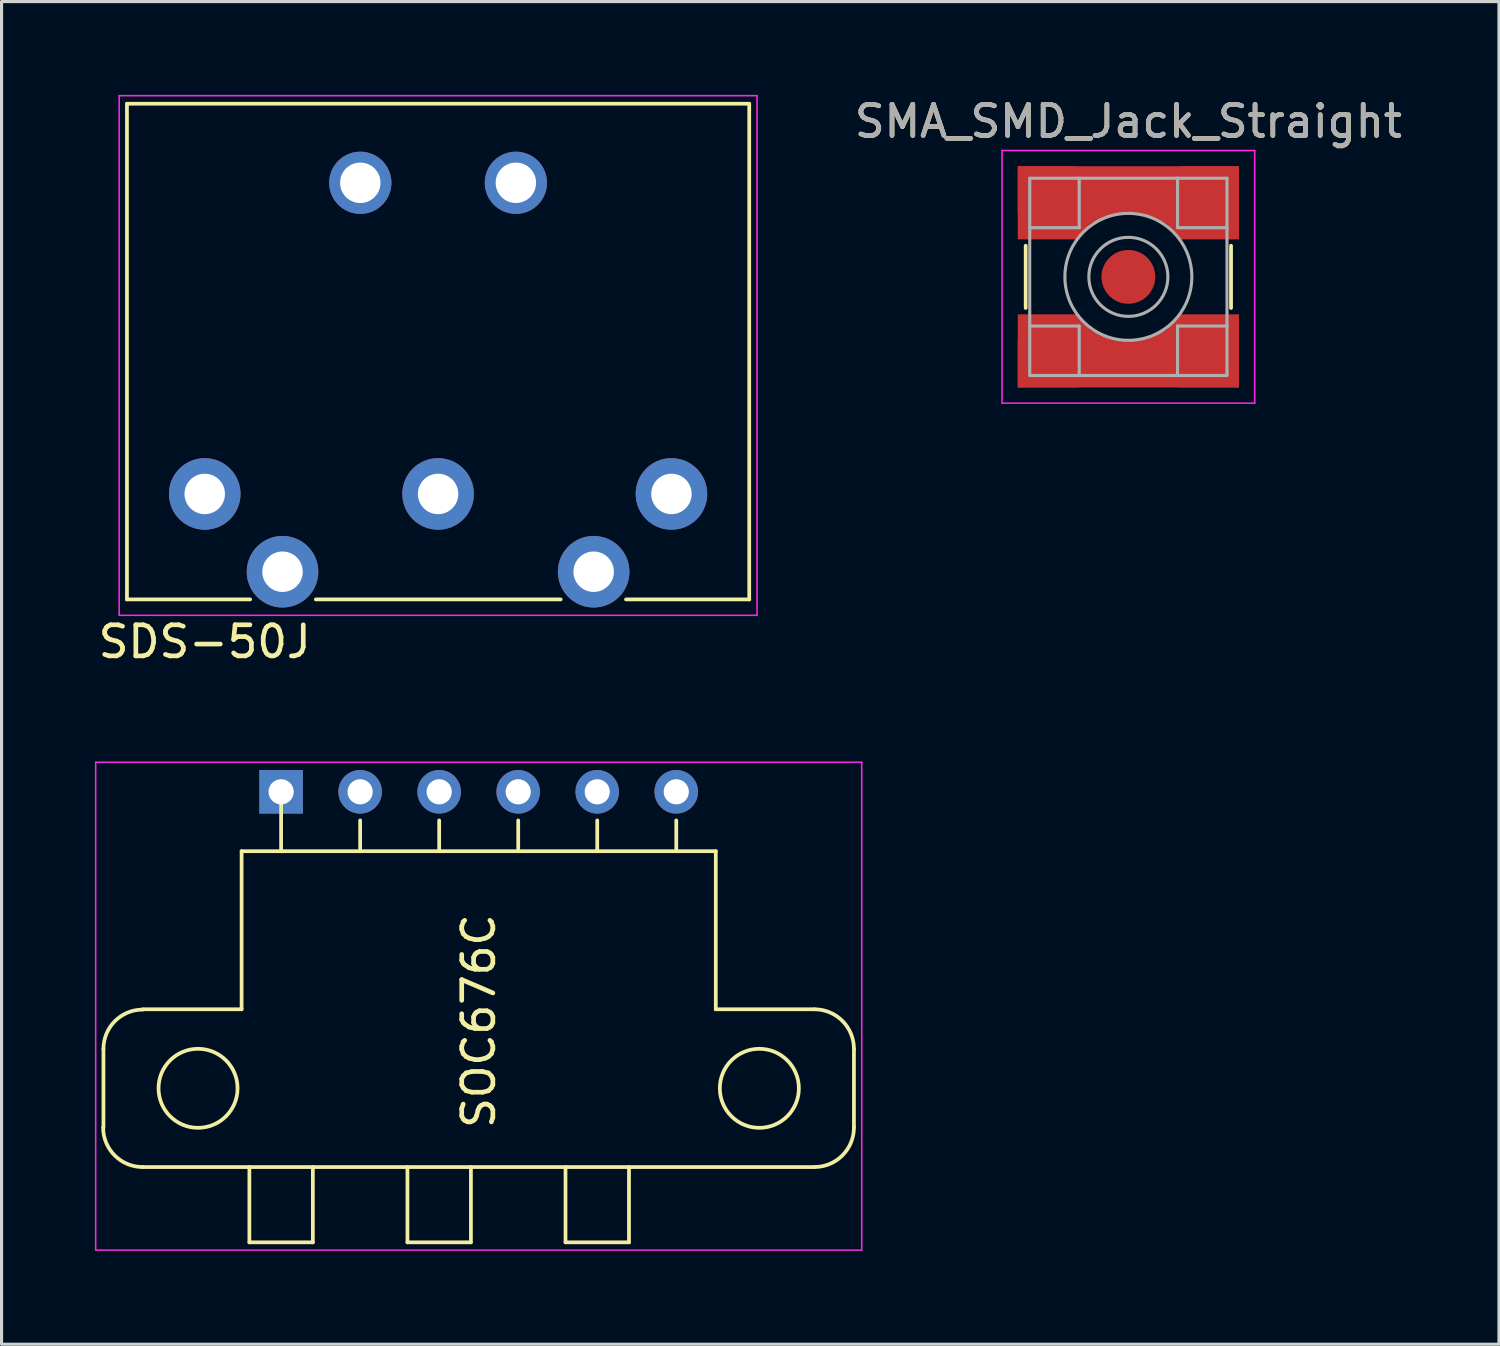
<source format=kicad_pcb>
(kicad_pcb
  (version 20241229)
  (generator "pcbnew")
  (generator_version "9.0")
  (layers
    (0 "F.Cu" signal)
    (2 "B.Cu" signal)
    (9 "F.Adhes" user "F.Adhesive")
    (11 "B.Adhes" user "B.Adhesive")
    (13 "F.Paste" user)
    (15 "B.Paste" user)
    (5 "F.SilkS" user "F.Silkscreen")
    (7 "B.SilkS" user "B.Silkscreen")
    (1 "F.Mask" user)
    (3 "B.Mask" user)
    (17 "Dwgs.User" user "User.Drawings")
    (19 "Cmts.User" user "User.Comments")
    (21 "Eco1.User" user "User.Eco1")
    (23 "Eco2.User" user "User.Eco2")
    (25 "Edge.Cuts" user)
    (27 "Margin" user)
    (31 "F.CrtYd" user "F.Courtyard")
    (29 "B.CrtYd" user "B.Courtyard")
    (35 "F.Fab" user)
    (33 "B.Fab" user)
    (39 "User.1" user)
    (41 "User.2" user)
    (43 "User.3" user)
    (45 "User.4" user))
  (footprint "SDS-50J"
    (layer "F.Cu")
    (at 3.53 12.825)
    (property "Reference" "SDS-50J" (at 0 4.75 0) (layer "F.SilkS") (effects (font (size 1 1) (thickness 0.15))))
    (attr through_hole)
    (fp_line (start -2.5 3.39) (end -2.5 -12.54) (stroke (width 0.12) (type solid)) (layer "F.SilkS"))
    (fp_line (start 1.46 3.39) (end -2.5 3.39) (stroke (width 0.12) (type solid)) (layer "F.SilkS"))
    (fp_line (start 11.44 3.39) (end 3.57 3.39) (stroke (width 0.12) (type solid)) (layer "F.SilkS"))
    (fp_line (start 17.5 -12.54) (end -2.5 -12.54) (stroke (width 0.12) (type solid)) (layer "F.SilkS"))
    (fp_line (start 17.5 3.39) (end 13.54 3.39) (stroke (width 0.12) (type solid)) (layer "F.SilkS"))
    (fp_line (start 17.5 3.39) (end 17.5 -12.54) (stroke (width 0.12) (type solid)) (layer "F.SilkS"))
    (fp_line (start -2.75 -12.8) (end -2.75 3.9) (stroke (width 0.05) (type solid)) (layer "F.CrtYd"))
    (fp_line (start 17.75 -12.8) (end -2.75 -12.8) (stroke (width 0.05) (type solid)) (layer "F.CrtYd"))
    (fp_line (start 17.75 3.9) (end -2.75 3.9) (stroke (width 0.05) (type solid)) (layer "F.CrtYd"))
    (fp_line (start 17.75 3.9) (end 17.75 -12.8) (stroke (width 0.05) (type solid)) (layer "F.CrtYd"))
    (pad "" thru_hole circle (at 5 -10) (size 2 2) (drill 1.3) (layers "*.Cu" "*.Mask"))
    (pad "" thru_hole circle (at 10 -10) (size 2 2) (drill 1.3) (layers "*.Cu" "*.Mask"))
    (pad "1" thru_hole circle (at 0 0) (size 2.3 2.3) (drill 1.3) (layers "*.Cu" "*.Mask"))
    (pad "2" thru_hole circle (at 7.5 0) (size 2.3 2.3) (drill 1.3) (layers "*.Cu" "*.Mask"))
    (pad "3" thru_hole circle (at 15 0) (size 2.3 2.3) (drill 1.3) (layers "*.Cu" "*.Mask"))
    (pad "4" thru_hole circle (at 2.5 2.5) (size 2.3 2.3) (drill 1.3) (layers "*.Cu" "*.Mask"))
    (pad "5" thru_hole circle (at 12.5 2.5) (size 2.3 2.3) (drill 1.3) (layers "*.Cu" "*.Mask")))
  (footprint "SOC676C"
    (layer "F.Cu")
    (at 5.985 22.398)
    (property "Reference" "SOC676C" (at 6.35 7.37 90) (layer "F.SilkS") (effects (font (size 1 1) (thickness 0.15))))
    (attr through_hole)
    (fp_line (start -5.71 10.79) (end -5.71 8.26) (stroke (width 0.12) (type solid)) (layer "F.SilkS"))
    (fp_line (start -1.27 1.91) (end 13.97 1.91) (stroke (width 0.12) (type solid)) (layer "F.SilkS"))
    (fp_line (start -1.27 6.99) (end -4.45 6.99) (stroke (width 0.12) (type solid)) (layer "F.SilkS"))
    (fp_line (start -1.27 6.99) (end -1.27 1.91) (stroke (width 0.12) (type solid)) (layer "F.SilkS"))
    (fp_line (start -1.02 12.06) (end -1.02 14.48) (stroke (width 0.12) (type solid)) (layer "F.SilkS"))
    (fp_line (start -1.02 14.48) (end 1.02 14.48) (stroke (width 0.12) (type solid)) (layer "F.SilkS"))
    (fp_line (start 0 0) (end 0 1.91) (stroke (width 0.12) (type solid)) (layer "F.SilkS"))
    (fp_line (start 1.02 14.48) (end 1.02 12.06) (stroke (width 0.12) (type solid)) (layer "F.SilkS"))
    (fp_line (start 2.54 0.92) (end 2.54 1.91) (stroke (width 0.12) (type solid)) (layer "F.SilkS"))
    (fp_line (start 4.06 14.48) (end 4.06 12.06) (stroke (width 0.12) (type solid)) (layer "F.SilkS"))
    (fp_line (start 5.08 0.92) (end 5.08 1.91) (stroke (width 0.12) (type solid)) (layer "F.SilkS"))
    (fp_line (start 6.1 12.06) (end 6.1 14.48) (stroke (width 0.12) (type solid)) (layer "F.SilkS"))
    (fp_line (start 6.1 14.48) (end 4.06 14.48) (stroke (width 0.12) (type solid)) (layer "F.SilkS"))
    (fp_line (start 7.62 0.92) (end 7.62 1.91) (stroke (width 0.12) (type solid)) (layer "F.SilkS"))
    (fp_line (start 9.14 12.06) (end 9.14 14.48) (stroke (width 0.12) (type solid)) (layer "F.SilkS"))
    (fp_line (start 9.14 14.48) (end 11.18 14.48) (stroke (width 0.12) (type solid)) (layer "F.SilkS"))
    (fp_line (start 10.16 0.92) (end 10.16 1.91) (stroke (width 0.12) (type solid)) (layer "F.SilkS"))
    (fp_line (start 11.18 14.48) (end 11.18 12.06) (stroke (width 0.12) (type solid)) (layer "F.SilkS"))
    (fp_line (start 12.7 0.92) (end 12.7 1.91) (stroke (width 0.12) (type solid)) (layer "F.SilkS"))
    (fp_line (start 13.97 1.91) (end 13.97 6.99) (stroke (width 0.12) (type solid)) (layer "F.SilkS"))
    (fp_line (start 13.97 6.99) (end 17.14 6.99) (stroke (width 0.12) (type solid)) (layer "F.SilkS"))
    (fp_line (start 17.14 12.06) (end -4.45 12.06) (stroke (width 0.12) (type solid)) (layer "F.SilkS"))
    (fp_line (start 18.41 8.26) (end 18.41 10.79) (stroke (width 0.12) (type solid)) (layer "F.SilkS"))
    (fp_arc (start -5.71 8.26) (mid -5.340955 7.369045) (end -4.45 7) (stroke (width 0.12) (type solid)) (layer "F.SilkS"))
    (fp_arc (start -4.45 12.06) (mid -5.348026 11.688026) (end -5.72 10.79) (stroke (width 0.12) (type solid)) (layer "F.SilkS"))
    (fp_arc (start 17.14 6.99) (mid 18.038026 7.361974) (end 18.41 8.26) (stroke (width 0.12) (type solid)) (layer "F.SilkS"))
    (fp_arc (start 18.41 10.79) (mid 18.038026 11.688026) (end 17.14 12.06) (stroke (width 0.12) (type solid)) (layer "F.SilkS"))
    (fp_circle (center -2.67 9.53) (end -2.67 8.26) (stroke (width 0.12) (type solid)) (fill no) (layer "F.SilkS"))
    (fp_circle (center 15.37 9.53) (end 16.64 9.53) (stroke (width 0.12) (type solid)) (fill no) (layer "F.SilkS"))
    (fp_line (start -5.96 -0.95) (end -5.96 14.73) (stroke (width 0.05) (type solid)) (layer "F.CrtYd"))
    (fp_line (start -5.96 -0.95) (end 18.66 -0.95) (stroke (width 0.05) (type solid)) (layer "F.CrtYd"))
    (fp_line (start 18.66 14.73) (end -5.96 14.73) (stroke (width 0.05) (type solid)) (layer "F.CrtYd"))
    (fp_line (start 18.66 14.73) (end 18.66 -0.95) (stroke (width 0.05) (type solid)) (layer "F.CrtYd"))
    (pad "1" thru_hole rect (at 0 0 90) (size 1.4 1.4) (drill 0.81) (layers "*.Cu" "*.Mask"))
    (pad "2" thru_hole circle (at 2.54 0 90) (size 1.4 1.4) (drill 0.81) (layers "*.Cu" "*.Mask"))
    (pad "3" thru_hole circle (at 5.08 0 90) (size 1.4 1.4) (drill 0.81) (layers "*.Cu" "*.Mask"))
    (pad "4" thru_hole circle (at 7.62 0 90) (size 1.4 1.4) (drill 0.81) (layers "*.Cu" "*.Mask"))
    (pad "5" thru_hole circle (at 10.16 0 90) (size 1.4 1.4) (drill 0.81) (layers "*.Cu" "*.Mask"))
    (pad "6" thru_hole circle (at 12.7 0 90) (size 1.4 1.4) (drill 0.81) (layers "*.Cu" "*.Mask")))
  (footprint "SMA_SMD_Jack_Straight"
    (layer "F.Cu")
    (at 33.215 5.848)
    (property "Reference" "SMA_SMD_Jack_Straight" (at 0 -5 0) (layer "F.SilkS") (effects (font (size 1 1) (thickness 0.15))))
    (attr smd)
    (fp_line (start -3.3 -1) (end -3.3 1) (stroke (width 0.12) (type solid)) (layer "F.SilkS"))
    (fp_line (start 3.3 -1) (end 3.3 1) (stroke (width 0.12) (type solid)) (layer "F.SilkS"))
    (fp_line (start -4.06 -4.06) (end -4.06 4.06) (stroke (width 0.05) (type solid)) (layer "F.CrtYd"))
    (fp_line (start -4.06 -4.06) (end 4.06 -4.06) (stroke (width 0.05) (type solid)) (layer "F.CrtYd"))
    (fp_line (start 4.06 4.06) (end -4.06 4.06) (stroke (width 0.05) (type solid)) (layer "F.CrtYd"))
    (fp_line (start 4.06 4.06) (end 4.06 -4.06) (stroke (width 0.05) (type solid)) (layer "F.CrtYd"))
    (fp_line (start -3.17 -3.17) (end -3.17 3.17) (stroke (width 0.1) (type solid)) (layer "F.Fab"))
    (fp_line (start -3.17 -3.17) (end 3.17 -3.17) (stroke (width 0.1) (type solid)) (layer "F.Fab"))
    (fp_line (start -3.17 -1.58) (end -1.58 -1.58) (stroke (width 0.1) (type solid)) (layer "F.Fab"))
    (fp_line (start -3.17 1.58) (end -1.58 1.58) (stroke (width 0.1) (type solid)) (layer "F.Fab"))
    (fp_line (start -3.17 3.17) (end 3.17 3.17) (stroke (width 0.1) (type solid)) (layer "F.Fab"))
    (fp_line (start -1.58 -3.17) (end -1.58 -1.58) (stroke (width 0.1) (type solid)) (layer "F.Fab"))
    (fp_line (start -1.58 1.58) (end -1.58 3.17) (stroke (width 0.1) (type solid)) (layer "F.Fab"))
    (fp_line (start 1.58 -3.17) (end 1.58 -1.58) (stroke (width 0.1) (type solid)) (layer "F.Fab"))
    (fp_line (start 1.58 -1.58) (end 3.17 -1.58) (stroke (width 0.1) (type solid)) (layer "F.Fab"))
    (fp_line (start 1.58 1.58) (end 1.58 3.17) (stroke (width 0.1) (type solid)) (layer "F.Fab"))
    (fp_line (start 3.17 -3.17) (end 3.17 3.17) (stroke (width 0.1) (type solid)) (layer "F.Fab"))
    (fp_line (start 3.17 1.58) (end 1.58 1.58) (stroke (width 0.1) (type solid)) (layer "F.Fab"))
    (fp_circle (center 0 0) (end 1.27 0) (stroke (width 0.1) (type solid)) (fill no) (layer "F.Fab"))
    (fp_circle (center 0 0) (end 2.04 0) (stroke (width 0.1) (type solid)) (fill no) (layer "F.Fab"))
    (fp_text user "${REFERENCE}" (at 0 -5 0) (layer "F.Fab") (effects (font (size 1 1) (thickness 0.15))))
    (pad "1" smd circle (at 0 0 90) (size 1.73 1.73) (layers "F.Cu" "F.Mask" "F.Paste"))
    (pad "2" smd rect (at -2.6 -2.38 90) (size 2.35 1.91) (layers "F.Cu" "F.Mask" "F.Paste"))
    (pad "2" smd rect (at -2.6 2.38 90) (size 2.35 1.91) (layers "F.Cu" "F.Mask" "F.Paste"))
    (pad "2" smd rect (at -1.515 -1.749 50) (size 1 0.5) (layers "F.Cu" "F.Mask" "F.Paste"))
    (pad "2" smd rect (at -1.515 1.749 310) (size 1 0.5) (layers "F.Cu" "F.Mask" "F.Paste"))
    (pad "2" smd rect (at -0.85 -2.38 20) (size 2 1) (layers "F.Cu" "F.Mask" "F.Paste"))
    (pad "2" smd rect (at -0.85 2.38 340) (size 2 1) (layers "F.Cu" "F.Mask" "F.Paste"))
    (pad "2" smd rect (at 0 -2.8 90) (size 1.51 7.11) (layers "F.Cu" "F.Mask" "F.Paste"))
    (pad "2" smd rect (at 0 2.8 90) (size 1.51 7.11) (layers "F.Cu" "F.Mask" "F.Paste"))
    (pad "2" smd rect (at 0.85 -2.38 340) (size 2 1) (layers "F.Cu" "F.Mask" "F.Paste"))
    (pad "2" smd rect (at 0.85 2.38 20) (size 2 1) (layers "F.Cu" "F.Mask" "F.Paste"))
    (pad "2" smd rect (at 1.515 -1.749 310) (size 1 0.5) (layers "F.Cu" "F.Mask" "F.Paste"))
    (pad "2" smd rect (at 1.515 1.749 50) (size 1 0.5) (layers "F.Cu" "F.Mask" "F.Paste"))
    (pad "2" smd rect (at 2.6 -2.38 90) (size 2.35 1.91) (layers "F.Cu" "F.Mask" "F.Paste"))
    (pad "2" smd rect (at 2.6 2.38 90) (size 2.35 1.91) (layers "F.Cu" "F.Mask" "F.Paste")))
  (gr_rect
    (start -3 -3)
    (end 45.126 40.153)
    (stroke (width 0.1) (type default))
    (fill no)
    (layer "Edge.Cuts")))
</source>
